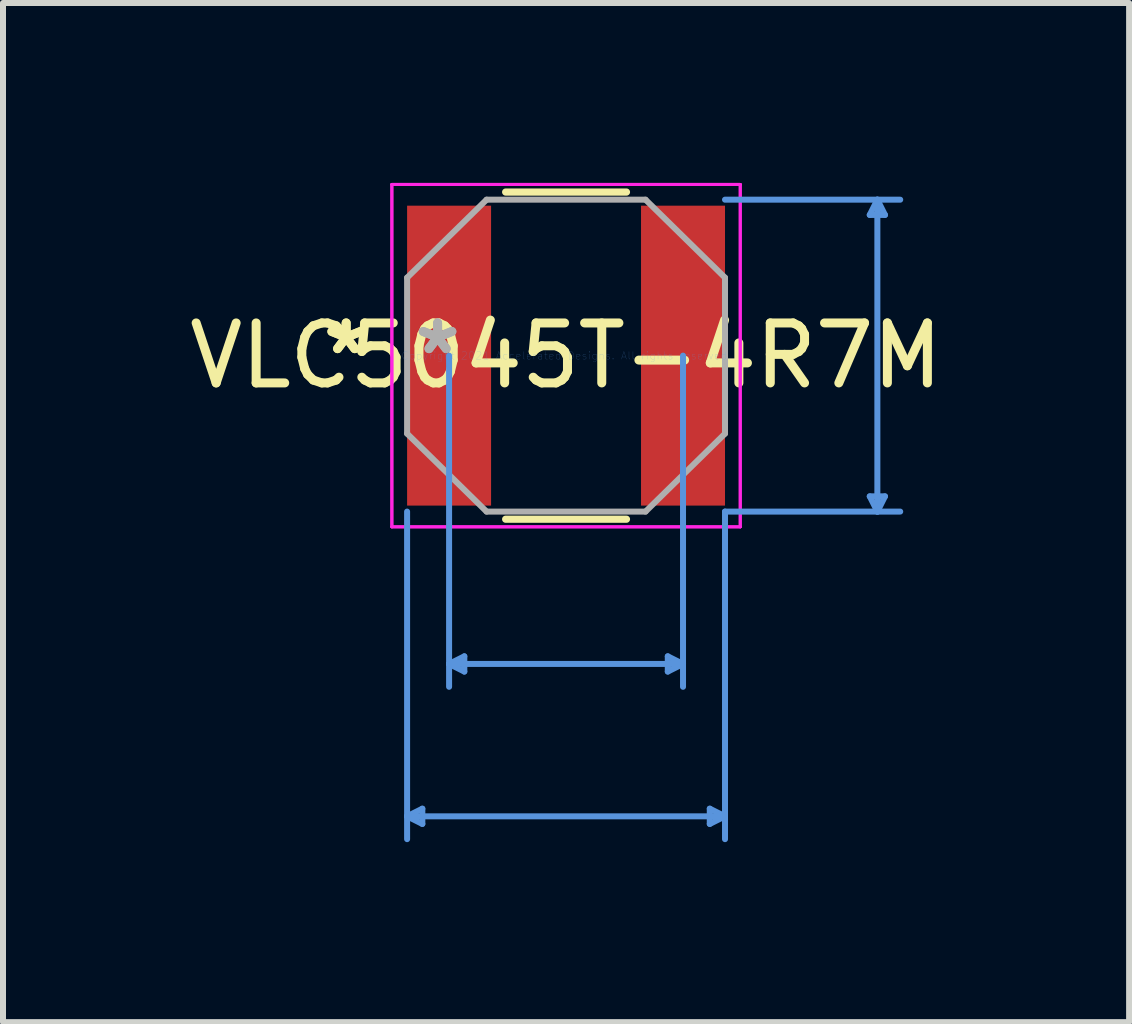
<source format=kicad_pcb>
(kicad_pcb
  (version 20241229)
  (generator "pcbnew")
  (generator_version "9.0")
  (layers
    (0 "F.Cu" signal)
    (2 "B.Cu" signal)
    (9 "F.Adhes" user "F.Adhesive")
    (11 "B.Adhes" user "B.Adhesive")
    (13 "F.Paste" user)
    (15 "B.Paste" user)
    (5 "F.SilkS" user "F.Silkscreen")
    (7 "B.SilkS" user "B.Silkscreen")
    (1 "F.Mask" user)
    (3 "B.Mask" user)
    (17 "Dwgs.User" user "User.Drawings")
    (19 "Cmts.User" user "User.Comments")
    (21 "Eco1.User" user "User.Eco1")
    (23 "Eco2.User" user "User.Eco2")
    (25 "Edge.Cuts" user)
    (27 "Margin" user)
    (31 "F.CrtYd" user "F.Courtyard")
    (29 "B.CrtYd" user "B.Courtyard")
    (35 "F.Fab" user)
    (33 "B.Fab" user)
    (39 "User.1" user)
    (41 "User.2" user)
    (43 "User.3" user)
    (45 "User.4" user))
  (footprint "VLC5045T-4R7M"
    (layer "F.Cu")
    (at 6.387 2.879)
    (property "Reference" "VLC5045T-4R7M" (at 0 0 0) (layer "F.SilkS") (effects (font (size 1 1) (thickness 0.15))))
    (attr through_hole)
    (fp_line (start -1.007 2.727) (end 1.007 2.727) (stroke (width 0.12) (type solid)) (layer "F.SilkS"))
    (fp_line (start 1.007 -2.727) (end -1.007 -2.727) (stroke (width 0.12) (type solid)) (layer "F.SilkS"))
    (fp_line (start -2.65 2.6) (end -2.65 8.061) (stroke (width 0.1) (type solid)) (layer "Cmts.User"))
    (fp_line (start -2.65 7.68) (end -2.396 7.553) (stroke (width 0.1) (type solid)) (layer "Cmts.User"))
    (fp_line (start -2.65 7.68) (end -2.396 7.807) (stroke (width 0.1) (type solid)) (layer "Cmts.User"))
    (fp_line (start -2.65 7.68) (end 2.65 7.68) (stroke (width 0.1) (type solid)) (layer "Cmts.User"))
    (fp_line (start -2.396 7.553) (end -2.396 7.807) (stroke (width 0.1) (type solid)) (layer "Cmts.User"))
    (fp_line (start -1.95 0) (end -1.95 5.521) (stroke (width 0.1) (type solid)) (layer "Cmts.User"))
    (fp_line (start -1.95 5.14) (end -1.696 5.013) (stroke (width 0.1) (type solid)) (layer "Cmts.User"))
    (fp_line (start -1.95 5.14) (end -1.696 5.267) (stroke (width 0.1) (type solid)) (layer "Cmts.User"))
    (fp_line (start -1.95 5.14) (end 1.95 5.14) (stroke (width 0.1) (type solid)) (layer "Cmts.User"))
    (fp_line (start -1.696 5.013) (end -1.696 5.267) (stroke (width 0.1) (type solid)) (layer "Cmts.User"))
    (fp_line (start 1.696 5.013) (end 1.696 5.267) (stroke (width 0.1) (type solid)) (layer "Cmts.User"))
    (fp_line (start 1.95 0) (end 1.95 5.521) (stroke (width 0.1) (type solid)) (layer "Cmts.User"))
    (fp_line (start 1.95 5.14) (end 1.696 5.013) (stroke (width 0.1) (type solid)) (layer "Cmts.User"))
    (fp_line (start 1.95 5.14) (end 1.696 5.267) (stroke (width 0.1) (type solid)) (layer "Cmts.User"))
    (fp_line (start 2.396 7.553) (end 2.396 7.807) (stroke (width 0.1) (type solid)) (layer "Cmts.User"))
    (fp_line (start 2.65 -2.6) (end 5.571 -2.6) (stroke (width 0.1) (type solid)) (layer "Cmts.User"))
    (fp_line (start 2.65 2.6) (end 2.65 8.061) (stroke (width 0.1) (type solid)) (layer "Cmts.User"))
    (fp_line (start 2.65 2.6) (end 5.571 2.6) (stroke (width 0.1) (type solid)) (layer "Cmts.User"))
    (fp_line (start 2.65 7.68) (end 2.396 7.553) (stroke (width 0.1) (type solid)) (layer "Cmts.User"))
    (fp_line (start 2.65 7.68) (end 2.396 7.807) (stroke (width 0.1) (type solid)) (layer "Cmts.User"))
    (fp_line (start 5.063 -2.346) (end 5.317 -2.346) (stroke (width 0.1) (type solid)) (layer "Cmts.User"))
    (fp_line (start 5.063 2.346) (end 5.317 2.346) (stroke (width 0.1) (type solid)) (layer "Cmts.User"))
    (fp_line (start 5.19 -2.6) (end 5.063 -2.346) (stroke (width 0.1) (type solid)) (layer "Cmts.User"))
    (fp_line (start 5.19 -2.6) (end 5.19 2.6) (stroke (width 0.1) (type solid)) (layer "Cmts.User"))
    (fp_line (start 5.19 -2.6) (end 5.317 -2.346) (stroke (width 0.1) (type solid)) (layer "Cmts.User"))
    (fp_line (start 5.19 2.6) (end 5.063 2.346) (stroke (width 0.1) (type solid)) (layer "Cmts.User"))
    (fp_line (start 5.19 2.6) (end 5.317 2.346) (stroke (width 0.1) (type solid)) (layer "Cmts.User"))
    (fp_line (start -2.904 -2.854) (end 2.904 -2.854) (stroke (width 0.05) (type solid)) (layer "F.CrtYd"))
    (fp_line (start -2.904 -2.854) (end 2.904 -2.854) (stroke (width 0.05) (type solid)) (layer "F.CrtYd"))
    (fp_line (start -2.904 2.854) (end -2.904 -2.854) (stroke (width 0.05) (type solid)) (layer "F.CrtYd"))
    (fp_line (start -2.904 2.854) (end -2.904 -2.854) (stroke (width 0.05) (type solid)) (layer "F.CrtYd"))
    (fp_line (start 2.904 -2.854) (end 2.904 2.854) (stroke (width 0.05) (type solid)) (layer "F.CrtYd"))
    (fp_line (start 2.904 -2.854) (end 2.904 2.854) (stroke (width 0.05) (type solid)) (layer "F.CrtYd"))
    (fp_line (start 2.904 2.854) (end -2.904 2.854) (stroke (width 0.05) (type solid)) (layer "F.CrtYd"))
    (fp_line (start 2.904 2.854) (end -2.904 2.854) (stroke (width 0.05) (type solid)) (layer "F.CrtYd"))
    (fp_line (start -2.65 -1.3) (end -2.65 1.3) (stroke (width 0.1) (type solid)) (layer "F.Fab"))
    (fp_line (start -2.65 1.3) (end -1.325 2.6) (stroke (width 0.1) (type solid)) (layer "F.Fab"))
    (fp_line (start -1.325 -2.6) (end -2.65 -1.3) (stroke (width 0.1) (type solid)) (layer "F.Fab"))
    (fp_line (start -1.325 2.6) (end 1.325 2.6) (stroke (width 0.1) (type solid)) (layer "F.Fab"))
    (fp_line (start 1.325 -2.6) (end -1.325 -2.6) (stroke (width 0.1) (type solid)) (layer "F.Fab"))
    (fp_line (start 1.325 2.6) (end 2.65 1.3) (stroke (width 0.1) (type solid)) (layer "F.Fab"))
    (fp_line (start 2.65 -1.3) (end 1.325 -2.6) (stroke (width 0.1) (type solid)) (layer "F.Fab"))
    (fp_line (start 2.65 1.3) (end 2.65 -1.3) (stroke (width 0.1) (type solid)) (layer "F.Fab"))
    (fp_text user "*" (at -3.666 0 0) (layer "F.SilkS") (effects (font (size 1 1) (thickness 0.15))))
    (fp_text user "*" (at -3.666 0 0) (layer "F.SilkS") (effects (font (size 1 1) (thickness 0.15))))
    (fp_text user "Copyright 2021 Accelerated Designs. All rights reserved." (at 0 0 0) (layer "Cmts.User") (effects (font (size 0.127 0.127) (thickness 0.002))))
    (fp_text user "*" (at -2.142 0 0) (layer "F.Fab") (effects (font (size 1 1) (thickness 0.15))))
    (fp_text user "*" (at -2.142 0 0) (layer "F.Fab") (effects (font (size 1 1) (thickness 0.15))))
    (pad "1" smd rect (at -1.95 0) (size 1.4 5) (layers "F.Cu" "F.Mask" "F.Paste"))
    (pad "2" smd rect (at 1.95 0) (size 1.4 5) (layers "F.Cu" "F.Mask" "F.Paste")))
  (gr_rect
    (start -3 -3)
    (end 15.774 13.99)
    (stroke (width 0.1) (type default))
    (fill no)
    (layer "Edge.Cuts")))
</source>
